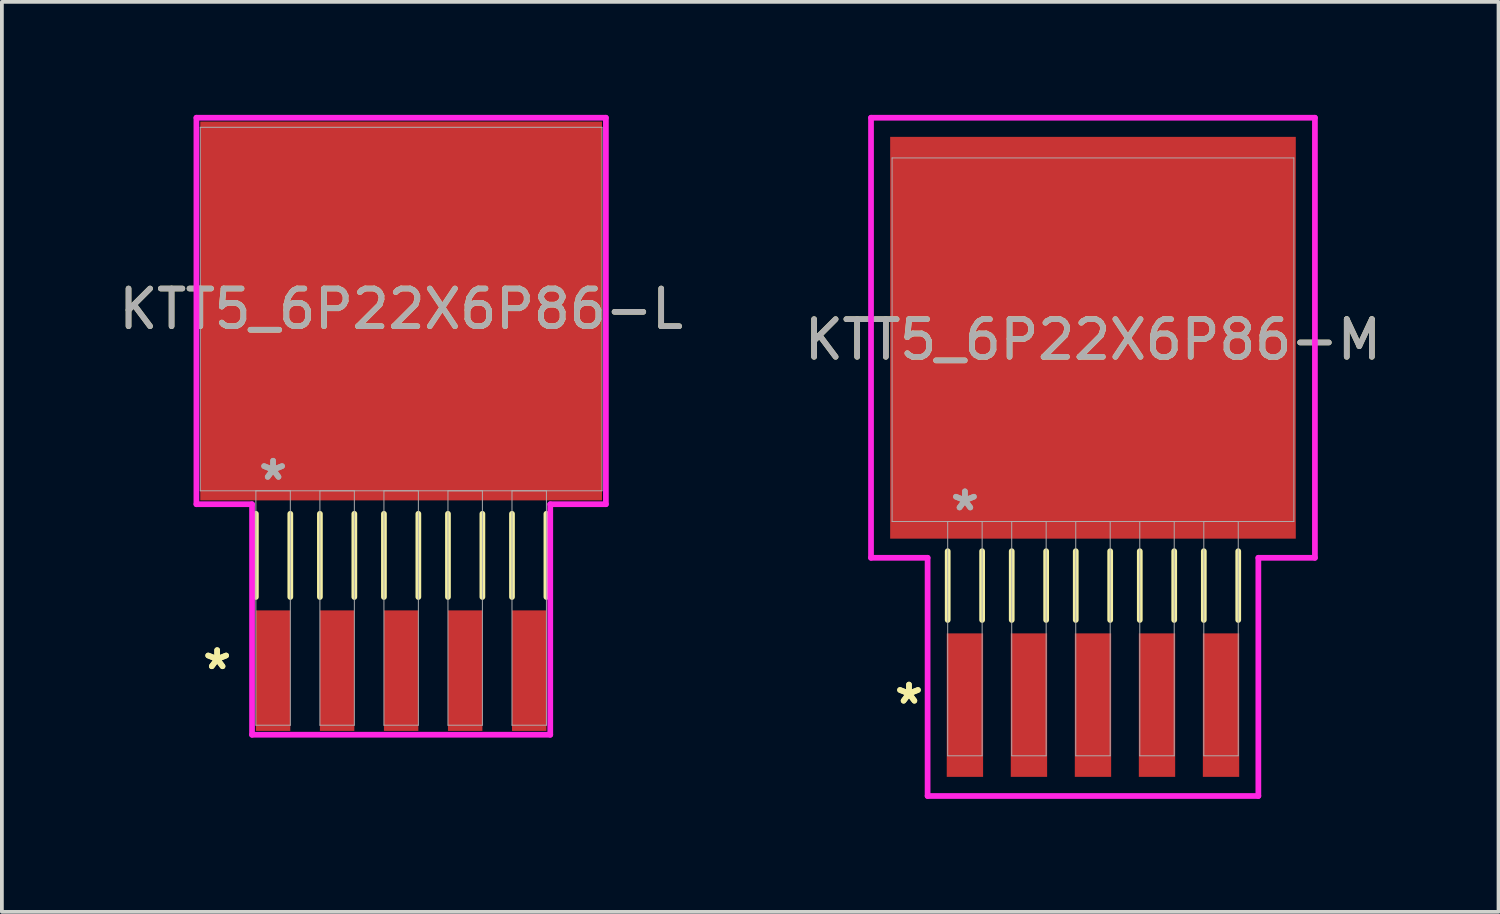
<source format=kicad_pcb>
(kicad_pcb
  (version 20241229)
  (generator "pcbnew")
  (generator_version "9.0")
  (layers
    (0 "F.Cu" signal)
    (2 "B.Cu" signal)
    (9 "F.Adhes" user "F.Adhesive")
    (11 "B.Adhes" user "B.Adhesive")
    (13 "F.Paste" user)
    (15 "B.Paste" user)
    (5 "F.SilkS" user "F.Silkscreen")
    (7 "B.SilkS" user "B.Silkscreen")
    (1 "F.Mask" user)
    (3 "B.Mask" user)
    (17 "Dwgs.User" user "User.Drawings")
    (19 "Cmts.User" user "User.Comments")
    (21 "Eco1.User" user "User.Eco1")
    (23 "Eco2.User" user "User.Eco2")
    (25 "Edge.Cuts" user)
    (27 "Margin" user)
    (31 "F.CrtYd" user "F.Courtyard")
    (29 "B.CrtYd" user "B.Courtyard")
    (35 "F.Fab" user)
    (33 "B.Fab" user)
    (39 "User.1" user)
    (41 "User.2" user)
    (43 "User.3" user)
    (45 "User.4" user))
  (footprint "KTT5_6P22X6P86-L"
    (layer "F.Cu")
    (at 7.601 5.156)
    (property "Reference" "KTT5_6P22X6P86-L" (at 0 0 0) (unlocked yes) (layer "F.SilkS") (effects (font (size 1 1) (thickness 0.15))))
    (attr smd)
    (fp_line (start -3.857 5.436) (end -3.857 7.645) (stroke (width 0.152) (type solid)) (layer "F.SilkS"))
    (fp_line (start -2.943 5.436) (end -2.943 7.645) (stroke (width 0.152) (type solid)) (layer "F.SilkS"))
    (fp_line (start -2.157 5.436) (end -2.157 7.645) (stroke (width 0.152) (type solid)) (layer "F.SilkS"))
    (fp_line (start -1.243 5.436) (end -1.243 7.645) (stroke (width 0.152) (type solid)) (layer "F.SilkS"))
    (fp_line (start -0.457 5.436) (end -0.457 7.645) (stroke (width 0.152) (type solid)) (layer "F.SilkS"))
    (fp_line (start 0.457 5.436) (end 0.457 7.645) (stroke (width 0.152) (type solid)) (layer "F.SilkS"))
    (fp_line (start 1.243 5.436) (end 1.243 7.645) (stroke (width 0.152) (type solid)) (layer "F.SilkS"))
    (fp_line (start 2.157 5.436) (end 2.157 7.645) (stroke (width 0.152) (type solid)) (layer "F.SilkS"))
    (fp_line (start 2.943 5.436) (end 2.943 7.645) (stroke (width 0.152) (type solid)) (layer "F.SilkS"))
    (fp_line (start 3.857 5.436) (end 3.857 7.645) (stroke (width 0.152) (type solid)) (layer "F.SilkS"))
    (fp_line (start -5.436 -5.08) (end 5.436 -5.08) (stroke (width 0.152) (type solid)) (layer "F.CrtYd"))
    (fp_line (start -5.436 5.182) (end -5.436 -5.08) (stroke (width 0.152) (type solid)) (layer "F.CrtYd"))
    (fp_line (start -3.959 5.182) (end -5.436 5.182) (stroke (width 0.152) (type solid)) (layer "F.CrtYd"))
    (fp_line (start -3.959 11.303) (end -3.959 5.182) (stroke (width 0.152) (type solid)) (layer "F.CrtYd"))
    (fp_line (start 3.959 5.182) (end 3.959 11.303) (stroke (width 0.152) (type solid)) (layer "F.CrtYd"))
    (fp_line (start 3.959 11.303) (end -3.959 11.303) (stroke (width 0.152) (type solid)) (layer "F.CrtYd"))
    (fp_line (start 5.436 -5.08) (end 5.436 5.182) (stroke (width 0.152) (type solid)) (layer "F.CrtYd"))
    (fp_line (start 5.436 5.182) (end 3.959 5.182) (stroke (width 0.152) (type solid)) (layer "F.CrtYd"))
    (fp_line (start -5.334 -4.826) (end -5.334 4.826) (stroke (width 0.025) (type solid)) (layer "F.Fab"))
    (fp_line (start -5.334 4.826) (end 5.334 4.826) (stroke (width 0.025) (type solid)) (layer "F.Fab"))
    (fp_line (start -3.857 4.826) (end -3.857 11.049) (stroke (width 0.025) (type solid)) (layer "F.Fab"))
    (fp_line (start -3.857 11.049) (end -2.943 11.049) (stroke (width 0.025) (type solid)) (layer "F.Fab"))
    (fp_line (start -2.943 4.826) (end -3.857 4.826) (stroke (width 0.025) (type solid)) (layer "F.Fab"))
    (fp_line (start -2.943 11.049) (end -2.943 4.826) (stroke (width 0.025) (type solid)) (layer "F.Fab"))
    (fp_line (start -2.157 4.826) (end -2.157 11.049) (stroke (width 0.025) (type solid)) (layer "F.Fab"))
    (fp_line (start -2.157 11.049) (end -1.243 11.049) (stroke (width 0.025) (type solid)) (layer "F.Fab"))
    (fp_line (start -1.243 4.826) (end -2.157 4.826) (stroke (width 0.025) (type solid)) (layer "F.Fab"))
    (fp_line (start -1.243 11.049) (end -1.243 4.826) (stroke (width 0.025) (type solid)) (layer "F.Fab"))
    (fp_line (start -0.457 4.826) (end -0.457 11.049) (stroke (width 0.025) (type solid)) (layer "F.Fab"))
    (fp_line (start -0.457 11.049) (end 0.457 11.049) (stroke (width 0.025) (type solid)) (layer "F.Fab"))
    (fp_line (start 0.457 4.826) (end -0.457 4.826) (stroke (width 0.025) (type solid)) (layer "F.Fab"))
    (fp_line (start 0.457 11.049) (end 0.457 4.826) (stroke (width 0.025) (type solid)) (layer "F.Fab"))
    (fp_line (start 1.243 4.826) (end 1.243 11.049) (stroke (width 0.025) (type solid)) (layer "F.Fab"))
    (fp_line (start 1.243 11.049) (end 2.157 11.049) (stroke (width 0.025) (type solid)) (layer "F.Fab"))
    (fp_line (start 2.157 4.826) (end 1.243 4.826) (stroke (width 0.025) (type solid)) (layer "F.Fab"))
    (fp_line (start 2.157 11.049) (end 2.157 4.826) (stroke (width 0.025) (type solid)) (layer "F.Fab"))
    (fp_line (start 2.943 4.826) (end 2.943 11.049) (stroke (width 0.025) (type solid)) (layer "F.Fab"))
    (fp_line (start 2.943 11.049) (end 3.857 11.049) (stroke (width 0.025) (type solid)) (layer "F.Fab"))
    (fp_line (start 3.857 4.826) (end 2.943 4.826) (stroke (width 0.025) (type solid)) (layer "F.Fab"))
    (fp_line (start 3.857 11.049) (end 3.857 4.826) (stroke (width 0.025) (type solid)) (layer "F.Fab"))
    (fp_line (start 5.334 -4.826) (end -5.334 -4.826) (stroke (width 0.025) (type solid)) (layer "F.Fab"))
    (fp_line (start 5.334 4.826) (end 5.334 -4.826) (stroke (width 0.025) (type solid)) (layer "F.Fab"))
    (fp_text user "*" (at -4.885 9.601 0) (layer "F.SilkS") (effects (font (size 1 1) (thickness 0.15))))
    (fp_text user "*" (at -4.885 9.601 0) (unlocked yes) (layer "F.SilkS") (effects (font (size 1 1) (thickness 0.15))))
    (fp_text user "*" (at -3.4 4.572 0) (layer "F.Fab") (effects (font (size 1 1) (thickness 0.15))))
    (fp_text user "${REFERENCE}" (at 0 0 0) (unlocked yes) (layer "F.Fab") (effects (font (size 1 1) (thickness 0.15))))
    (fp_text user "*" (at -3.4 4.572 0) (unlocked yes) (layer "F.Fab") (effects (font (size 1 1) (thickness 0.15))))
    (pad "1" smd rect (at -3.4 9.601) (size 0.914 3.2) (layers "F.Cu" "F.Mask" "F.Paste"))
    (pad "2" smd rect (at -1.7 9.601) (size 0.914 3.2) (layers "F.Cu" "F.Mask" "F.Paste"))
    (pad "3" smd rect (at 0 9.601) (size 0.914 3.2) (layers "F.Cu" "F.Mask" "F.Paste"))
    (pad "4" smd rect (at 1.7 9.601) (size 0.914 3.2) (layers "F.Cu" "F.Mask" "F.Paste"))
    (pad "5" smd rect (at 3.4 9.601) (size 0.914 3.2) (layers "F.Cu" "F.Mask" "F.Paste"))
    (pad "6" smd rect (at 0 0.051) (size 10.668 10.058) (layers "F.Cu" "F.Mask" "F.Paste")))
  (footprint "KTT5_6P22X6P86-M"
    (layer "F.Cu")
    (at 25.97 5.969)
    (property "Reference" "KTT5_6P22X6P86-M" (at 0 0 0) (unlocked yes) (layer "F.SilkS") (effects (font (size 1 1) (thickness 0.15))))
    (attr smd)
    (fp_line (start -3.857 5.616) (end -3.857 7.442) (stroke (width 0.152) (type solid)) (layer "F.SilkS"))
    (fp_line (start -2.943 5.616) (end -2.943 7.442) (stroke (width 0.152) (type solid)) (layer "F.SilkS"))
    (fp_line (start -2.157 5.616) (end -2.157 7.442) (stroke (width 0.152) (type solid)) (layer "F.SilkS"))
    (fp_line (start -1.243 5.616) (end -1.243 7.442) (stroke (width 0.152) (type solid)) (layer "F.SilkS"))
    (fp_line (start -0.457 5.616) (end -0.457 7.442) (stroke (width 0.152) (type solid)) (layer "F.SilkS"))
    (fp_line (start 0.457 5.616) (end 0.457 7.442) (stroke (width 0.152) (type solid)) (layer "F.SilkS"))
    (fp_line (start 1.243 5.616) (end 1.243 7.442) (stroke (width 0.152) (type solid)) (layer "F.SilkS"))
    (fp_line (start 2.157 5.616) (end 2.157 7.442) (stroke (width 0.152) (type solid)) (layer "F.SilkS"))
    (fp_line (start 2.943 5.616) (end 2.943 7.442) (stroke (width 0.152) (type solid)) (layer "F.SilkS"))
    (fp_line (start 3.857 5.616) (end 3.857 7.442) (stroke (width 0.152) (type solid)) (layer "F.SilkS"))
    (fp_line (start -5.893 -5.893) (end 5.893 -5.893) (stroke (width 0.152) (type solid)) (layer "F.CrtYd"))
    (fp_line (start -5.893 5.791) (end -5.893 -5.893) (stroke (width 0.152) (type solid)) (layer "F.CrtYd"))
    (fp_line (start -4.391 5.791) (end -5.893 5.791) (stroke (width 0.152) (type solid)) (layer "F.CrtYd"))
    (fp_line (start -4.391 12.116) (end -4.391 5.791) (stroke (width 0.152) (type solid)) (layer "F.CrtYd"))
    (fp_line (start 4.391 5.791) (end 4.391 12.116) (stroke (width 0.152) (type solid)) (layer "F.CrtYd"))
    (fp_line (start 4.391 12.116) (end -4.391 12.116) (stroke (width 0.152) (type solid)) (layer "F.CrtYd"))
    (fp_line (start 5.893 -5.893) (end 5.893 5.791) (stroke (width 0.152) (type solid)) (layer "F.CrtYd"))
    (fp_line (start 5.893 5.791) (end 4.391 5.791) (stroke (width 0.152) (type solid)) (layer "F.CrtYd"))
    (fp_line (start -5.334 -4.826) (end -5.334 4.826) (stroke (width 0.025) (type solid)) (layer "F.Fab"))
    (fp_line (start -5.334 4.826) (end 5.334 4.826) (stroke (width 0.025) (type solid)) (layer "F.Fab"))
    (fp_line (start -3.857 4.826) (end -3.857 11.049) (stroke (width 0.025) (type solid)) (layer "F.Fab"))
    (fp_line (start -3.857 11.049) (end -2.943 11.049) (stroke (width 0.025) (type solid)) (layer "F.Fab"))
    (fp_line (start -2.943 4.826) (end -3.857 4.826) (stroke (width 0.025) (type solid)) (layer "F.Fab"))
    (fp_line (start -2.943 11.049) (end -2.943 4.826) (stroke (width 0.025) (type solid)) (layer "F.Fab"))
    (fp_line (start -2.157 4.826) (end -2.157 11.049) (stroke (width 0.025) (type solid)) (layer "F.Fab"))
    (fp_line (start -2.157 11.049) (end -1.243 11.049) (stroke (width 0.025) (type solid)) (layer "F.Fab"))
    (fp_line (start -1.243 4.826) (end -2.157 4.826) (stroke (width 0.025) (type solid)) (layer "F.Fab"))
    (fp_line (start -1.243 11.049) (end -1.243 4.826) (stroke (width 0.025) (type solid)) (layer "F.Fab"))
    (fp_line (start -0.457 4.826) (end -0.457 11.049) (stroke (width 0.025) (type solid)) (layer "F.Fab"))
    (fp_line (start -0.457 11.049) (end 0.457 11.049) (stroke (width 0.025) (type solid)) (layer "F.Fab"))
    (fp_line (start 0.457 4.826) (end -0.457 4.826) (stroke (width 0.025) (type solid)) (layer "F.Fab"))
    (fp_line (start 0.457 11.049) (end 0.457 4.826) (stroke (width 0.025) (type solid)) (layer "F.Fab"))
    (fp_line (start 1.243 4.826) (end 1.243 11.049) (stroke (width 0.025) (type solid)) (layer "F.Fab"))
    (fp_line (start 1.243 11.049) (end 2.157 11.049) (stroke (width 0.025) (type solid)) (layer "F.Fab"))
    (fp_line (start 2.157 4.826) (end 1.243 4.826) (stroke (width 0.025) (type solid)) (layer "F.Fab"))
    (fp_line (start 2.157 11.049) (end 2.157 4.826) (stroke (width 0.025) (type solid)) (layer "F.Fab"))
    (fp_line (start 2.943 4.826) (end 2.943 11.049) (stroke (width 0.025) (type solid)) (layer "F.Fab"))
    (fp_line (start 2.943 11.049) (end 3.857 11.049) (stroke (width 0.025) (type solid)) (layer "F.Fab"))
    (fp_line (start 3.857 4.826) (end 2.943 4.826) (stroke (width 0.025) (type solid)) (layer "F.Fab"))
    (fp_line (start 3.857 11.049) (end 3.857 4.826) (stroke (width 0.025) (type solid)) (layer "F.Fab"))
    (fp_line (start 5.334 -4.826) (end -5.334 -4.826) (stroke (width 0.025) (type solid)) (layer "F.Fab"))
    (fp_line (start 5.334 4.826) (end 5.334 -4.826) (stroke (width 0.025) (type solid)) (layer "F.Fab"))
    (fp_text user "*" (at -4.885 9.703 0) (unlocked yes) (layer "F.SilkS") (effects (font (size 1 1) (thickness 0.15))))
    (fp_text user "*" (at -4.885 9.703 0) (layer "F.SilkS") (effects (font (size 1 1) (thickness 0.15))))
    (fp_text user "${REFERENCE}" (at 0 0 0) (unlocked yes) (layer "F.Fab") (effects (font (size 1 1) (thickness 0.15))))
    (fp_text user "*" (at -3.4 4.572 0) (layer "F.Fab") (effects (font (size 1 1) (thickness 0.15))))
    (fp_text user "*" (at -3.4 4.572 0) (unlocked yes) (layer "F.Fab") (effects (font (size 1 1) (thickness 0.15))))
    (pad "1" smd rect (at -3.4 9.703) (size 0.965 3.81) (layers "F.Cu" "F.Mask" "F.Paste"))
    (pad "2" smd rect (at -1.7 9.703) (size 0.965 3.81) (layers "F.Cu" "F.Mask" "F.Paste"))
    (pad "3" smd rect (at 0 9.703) (size 0.965 3.81) (layers "F.Cu" "F.Mask" "F.Paste"))
    (pad "4" smd rect (at 1.7 9.703) (size 0.965 3.81) (layers "F.Cu" "F.Mask" "F.Paste"))
    (pad "5" smd rect (at 3.4 9.703) (size 0.965 3.81) (layers "F.Cu" "F.Mask" "F.Paste"))
    (pad "6" smd rect (at 0 -0.051) (size 10.77 10.668) (layers "F.Cu" "F.Mask" "F.Paste")))
  (gr_rect
    (start -3 -3)
    (end 36.738 21.161)
    (stroke (width 0.1) (type default))
    (fill no)
    (layer "Edge.Cuts")))
</source>
